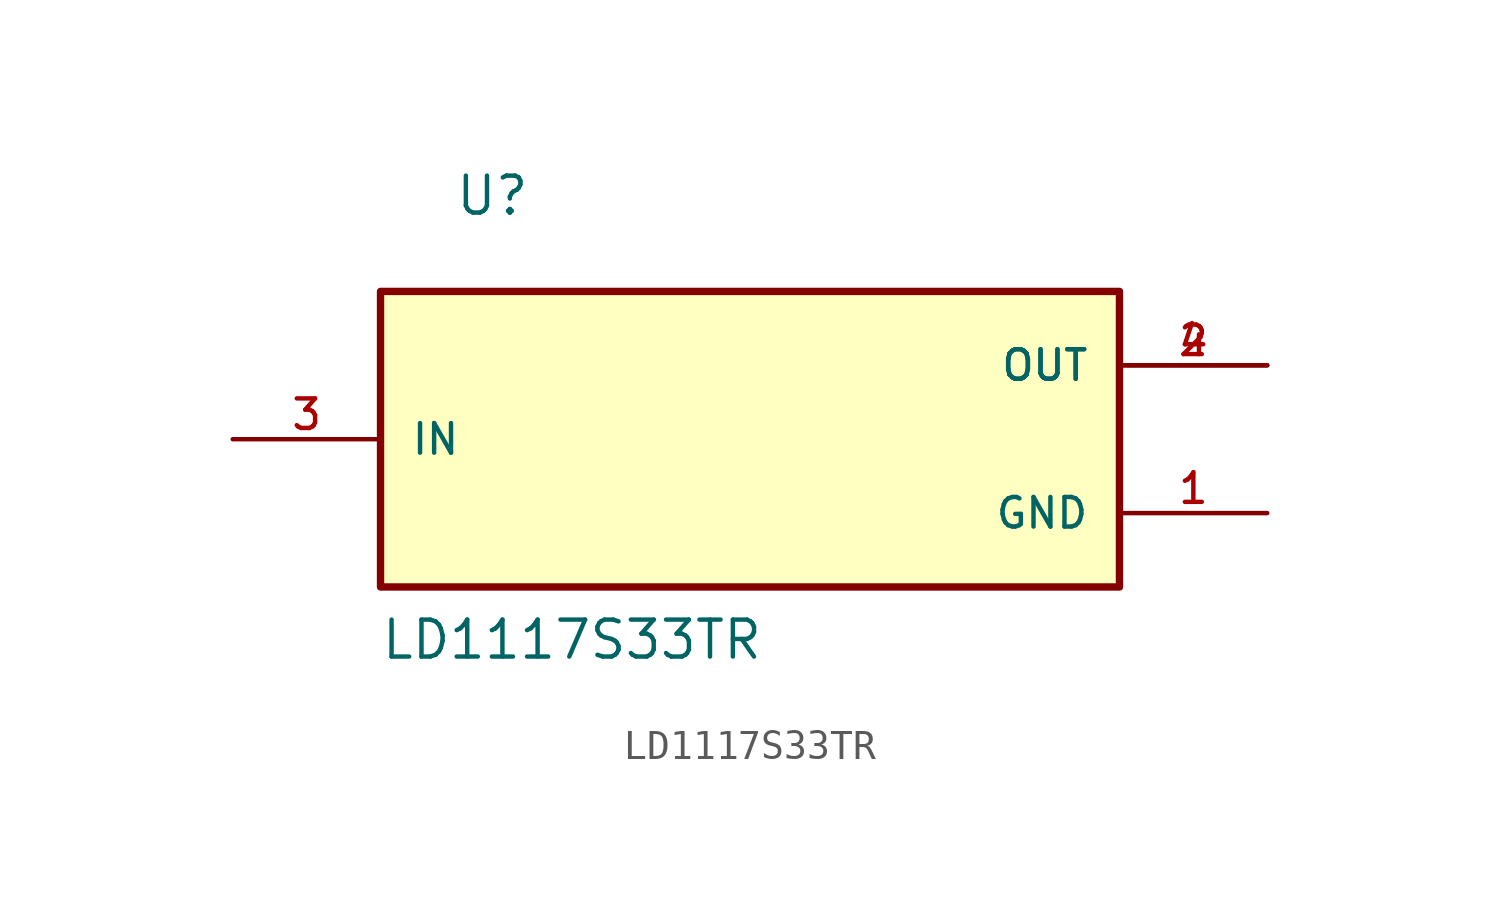
<source format=kicad_sym>
(kicad_symbol_lib
  (version 20211014)
  (generator kicad_symbol_editor)
  (symbol "LD1117S33TR"
    (pin_names
      (offset 1.016))
    (property "Reference" "U"
      (at -10.169 7.627 0)
      (effects (font (size 1.27 1.27)) (justify bottom left)))
    (property "Value" "LD1117S33TR"
      (at -12.723 -7.634 0)
      (effects (font (size 1.27 1.27)) (justify bottom left)))
    (symbol "LD1117S33TR_0_0"
      (rectangle (start -12.7 -5.08) (end 12.7 5.08) (stroke (width 0.254)) (fill (type background)))
      (pin input line (at -17.78 0.0 0) (length 5.08) (name "IN" (effects (font (size 1.016 1.016)))) (number "3" (effects (font (size 1.016 1.016)))))
      (pin output line (at 17.78 2.54 180.0) (length 5.08) (name "OUT" (effects (font (size 1.016 1.016)))) (number "2" (effects (font (size 1.016 1.016)))))
      (pin output line (at 17.78 2.54 180.0) (length 5.08) (name "OUT" (effects (font (size 1.016 1.016)))) (number "4" (effects (font (size 1.016 1.016)))))
      (pin power_in line (at 17.78 -2.54 180.0) (length 5.08) (name "GND" (effects (font (size 1.016 1.016)))) (number "1" (effects (font (size 1.016 1.016))))))))
</source>
